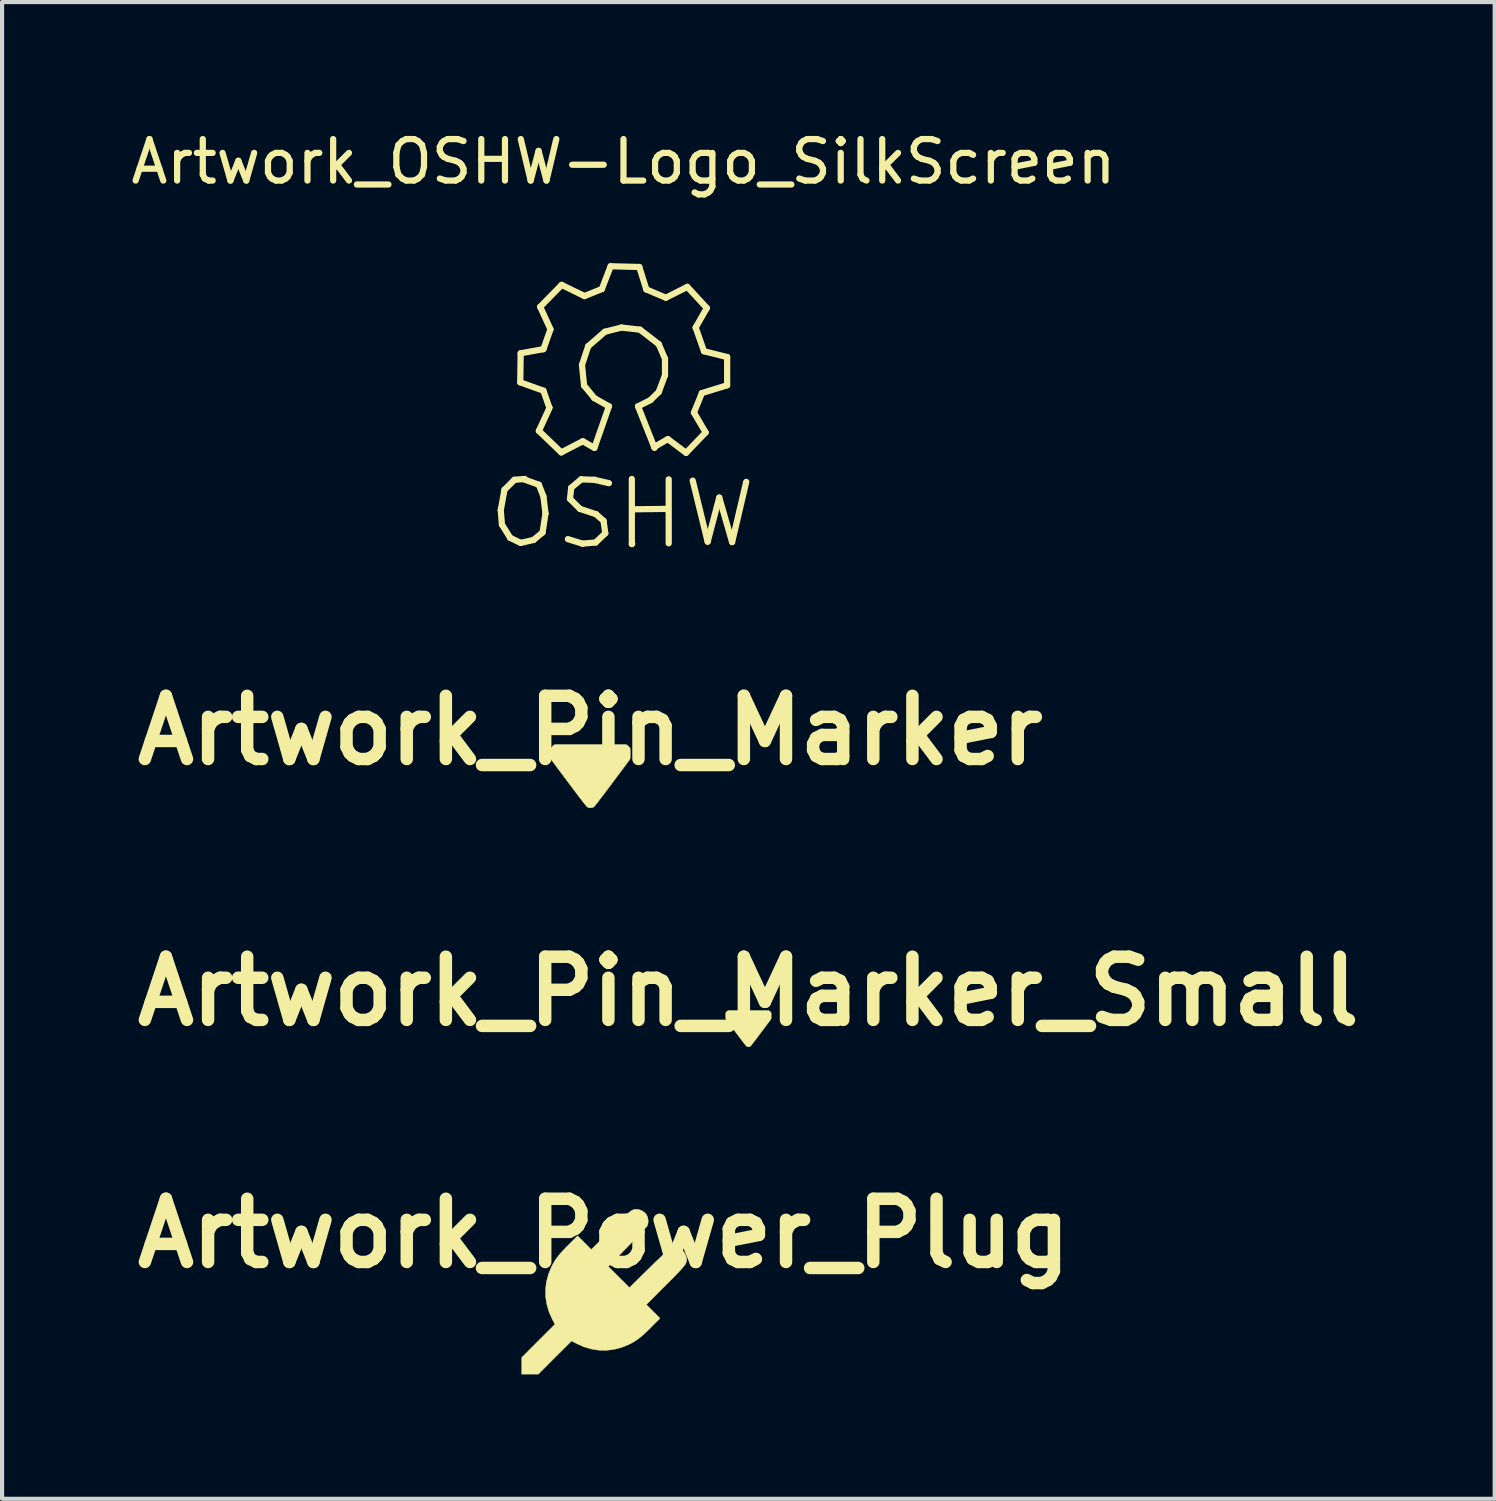
<source format=kicad_pcb>
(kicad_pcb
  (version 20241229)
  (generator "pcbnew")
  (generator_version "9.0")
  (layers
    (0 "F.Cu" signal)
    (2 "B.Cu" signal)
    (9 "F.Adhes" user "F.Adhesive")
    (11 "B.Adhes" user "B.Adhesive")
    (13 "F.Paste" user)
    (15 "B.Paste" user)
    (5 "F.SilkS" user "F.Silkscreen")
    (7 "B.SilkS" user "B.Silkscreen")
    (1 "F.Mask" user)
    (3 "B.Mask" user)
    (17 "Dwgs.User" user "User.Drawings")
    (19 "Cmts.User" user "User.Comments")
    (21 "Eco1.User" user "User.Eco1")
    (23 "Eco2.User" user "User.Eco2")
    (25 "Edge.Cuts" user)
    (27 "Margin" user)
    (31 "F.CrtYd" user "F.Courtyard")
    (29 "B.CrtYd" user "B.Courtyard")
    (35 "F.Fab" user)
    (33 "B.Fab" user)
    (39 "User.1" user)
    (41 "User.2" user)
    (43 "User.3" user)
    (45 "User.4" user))
  (footprint "Artwork_Pin_Marker_Small"
    (layer "F.Cu")
    (at 14.993 21.75)
    (property "Reference" "Artwork_Pin_Marker_Small" (at 0 -0.9 0) (layer "F.SilkS") (effects (font (size 1.524 1.524) (thickness 0.3))))
    (attr through_hole)
    (fp_poly (pts (xy 0.51 -0.423) (xy 0.527 -0.409) (xy 0.539 -0.394) (xy 0.55 -0.376) (xy 0.55 -0.309) (xy 0.55 -0.284) (xy 0.549 -0.266) (xy 0.549 -0.253) (xy 0.548 -0.243) (xy 0.546 -0.236) (xy 0.544 -0.231) (xy 0.543 -0.229) (xy 0.54 -0.224) (xy 0.533 -0.215) (xy 0.522 -0.2) (xy 0.508 -0.18) (xy 0.49 -0.156) (xy 0.469 -0.129) (xy 0.446 -0.097) (xy 0.421 -0.063) (xy 0.393 -0.026) (xy 0.364 0.013) (xy 0.333 0.054) (xy 0.301 0.096) (xy 0.298 0.101) (xy 0.259 0.152) (xy 0.225 0.198) (xy 0.195 0.238) (xy 0.168 0.273) (xy 0.145 0.304) (xy 0.124 0.331) (xy 0.107 0.353) (xy 0.092 0.372) (xy 0.08 0.388) (xy 0.07 0.4) (xy 0.062 0.41) (xy 0.055 0.417) (xy 0.05 0.423) (xy 0.046 0.426) (xy 0.044 0.428) (xy 0.029 0.434) (xy 0.011 0.437) (xy -0.007 0.438) (xy -0.022 0.436) (xy -0.022 0.436) (xy -0.027 0.434) (xy -0.031 0.432) (xy -0.035 0.43) (xy -0.04 0.426) (xy -0.046 0.421) (xy -0.053 0.415) (xy -0.06 0.406) (xy -0.07 0.395) (xy -0.081 0.382) (xy -0.094 0.365) (xy -0.11 0.345) (xy -0.128 0.322) (xy -0.149 0.294) (xy -0.173 0.263) (xy -0.2 0.227) (xy -0.231 0.185) (xy -0.266 0.139) (xy -0.294 0.101) (xy -0.326 0.058) (xy -0.357 0.017) (xy -0.386 -0.022) (xy -0.414 -0.059) (xy -0.44 -0.094) (xy -0.463 -0.125) (xy -0.484 -0.153) (xy -0.502 -0.178) (xy -0.517 -0.198) (xy -0.528 -0.213) (xy -0.536 -0.224) (xy -0.539 -0.229) (xy -0.539 -0.229) (xy -0.542 -0.234) (xy -0.544 -0.241) (xy -0.545 -0.249) (xy -0.546 -0.261) (xy -0.546 -0.278) (xy -0.546 -0.3) (xy -0.546 -0.309) (xy -0.546 -0.376) (xy -0.535 -0.394) (xy -0.521 -0.411) (xy -0.506 -0.423) (xy -0.489 -0.434) (xy 0.492 -0.434) (xy 0.51 -0.423)) (stroke (width 0.01) (type solid)) (fill yes) (layer "F.SilkS")))
  (footprint "Artwork_OSHW-Logo_SilkScreen"
    (layer "F.Cu")
    (at 11.982 5.848)
    (property "Reference" "Artwork_OSHW-Logo_SilkScreen" (at 0 -5 0) (layer "F.SilkS") (effects (font (size 1 1) (thickness 0.15))))
    (attr through_hole)
    (fp_line (start -2.959 3.401) (end -2.931 3.749) (stroke (width 0.15) (type solid)) (layer "F.SilkS"))
    (fp_line (start -2.931 3.749) (end -2.731 4.069) (stroke (width 0.15) (type solid)) (layer "F.SilkS"))
    (fp_line (start -2.87 2.911) (end -2.959 3.401) (stroke (width 0.15) (type solid)) (layer "F.SilkS"))
    (fp_line (start -2.731 4.069) (end -2.479 4.191) (stroke (width 0.15) (type solid)) (layer "F.SilkS"))
    (fp_line (start -2.629 2.67) (end -2.87 2.911) (stroke (width 0.15) (type solid)) (layer "F.SilkS"))
    (fp_line (start -2.489 0.32) (end -1.93 0.521) (stroke (width 0.15) (type solid)) (layer "F.SilkS"))
    (fp_line (start -2.479 -0.381) (end -2.489 0.32) (stroke (width 0.15) (type solid)) (layer "F.SilkS"))
    (fp_line (start -2.479 4.191) (end -2.169 4.12) (stroke (width 0.15) (type solid)) (layer "F.SilkS"))
    (fp_line (start -2.38 2.649) (end -2.629 2.67) (stroke (width 0.15) (type solid)) (layer "F.SilkS"))
    (fp_line (start -2.169 4.12) (end -1.951 3.94) (stroke (width 0.15) (type solid)) (layer "F.SilkS"))
    (fp_line (start -2.04 1.491) (end -1.501 2.009) (stroke (width 0.15) (type solid)) (layer "F.SilkS"))
    (fp_line (start -2.04 2.789) (end -2.4 2.659) (stroke (width 0.15) (type solid)) (layer "F.SilkS"))
    (fp_line (start -2.009 -1.501) (end -1.76 -0.96) (stroke (width 0.15) (type solid)) (layer "F.SilkS"))
    (fp_line (start -1.951 3.94) (end -1.88 3.48) (stroke (width 0.15) (type solid)) (layer "F.SilkS"))
    (fp_line (start -1.93 -0.48) (end -2.479 -0.381) (stroke (width 0.15) (type solid)) (layer "F.SilkS"))
    (fp_line (start -1.93 0.521) (end -1.791 0.919) (stroke (width 0.15) (type solid)) (layer "F.SilkS"))
    (fp_line (start -1.93 3.071) (end -2.04 2.789) (stroke (width 0.15) (type solid)) (layer "F.SilkS"))
    (fp_line (start -1.88 3.48) (end -1.93 3.071) (stroke (width 0.15) (type solid)) (layer "F.SilkS"))
    (fp_line (start -1.781 0.93) (end -2.04 1.491) (stroke (width 0.15) (type solid)) (layer "F.SilkS"))
    (fp_line (start -1.76 -0.96) (end -1.93 -0.48) (stroke (width 0.15) (type solid)) (layer "F.SilkS"))
    (fp_line (start -1.501 2.009) (end -0.98 1.74) (stroke (width 0.15) (type solid)) (layer "F.SilkS"))
    (fp_line (start -1.491 -2.029) (end -2.009 -1.501) (stroke (width 0.15) (type solid)) (layer "F.SilkS"))
    (fp_line (start -1.29 3.129) (end -1.049 3.371) (stroke (width 0.15) (type solid)) (layer "F.SilkS"))
    (fp_line (start -1.26 2.86) (end -1.29 3.129) (stroke (width 0.15) (type solid)) (layer "F.SilkS"))
    (fp_line (start -1.049 3.371) (end -0.66 3.5) (stroke (width 0.15) (type solid)) (layer "F.SilkS"))
    (fp_line (start -1.021 2.659) (end -1.26 2.86) (stroke (width 0.15) (type solid)) (layer "F.SilkS"))
    (fp_line (start -1.001 -0.099) (end -0.95 0.399) (stroke (width 0.15) (type solid)) (layer "F.SilkS"))
    (fp_line (start -0.991 4.209) (end -1.341 4.1) (stroke (width 0.15) (type solid)) (layer "F.SilkS"))
    (fp_line (start -0.98 1.74) (end -0.701 1.9) (stroke (width 0.15) (type solid)) (layer "F.SilkS"))
    (fp_line (start -0.95 0.399) (end -0.701 0.701) (stroke (width 0.15) (type solid)) (layer "F.SilkS"))
    (fp_line (start -0.94 -1.76) (end -1.491 -2.029) (stroke (width 0.15) (type solid)) (layer "F.SilkS"))
    (fp_line (start -0.851 -0.551) (end -1.001 -0.099) (stroke (width 0.15) (type solid)) (layer "F.SilkS"))
    (fp_line (start -0.701 0.701) (end -0.351 0.899) (stroke (width 0.15) (type solid)) (layer "F.SilkS"))
    (fp_line (start -0.701 2.67) (end -1.021 2.659) (stroke (width 0.15) (type solid)) (layer "F.SilkS"))
    (fp_line (start -0.671 4.181) (end -0.991 4.209) (stroke (width 0.15) (type solid)) (layer "F.SilkS"))
    (fp_line (start -0.66 3.5) (end -0.48 3.66) (stroke (width 0.15) (type solid)) (layer "F.SilkS"))
    (fp_line (start -0.521 -1.93) (end -0.94 -1.76) (stroke (width 0.15) (type solid)) (layer "F.SilkS"))
    (fp_line (start -0.48 3.66) (end -0.439 3.96) (stroke (width 0.15) (type solid)) (layer "F.SilkS"))
    (fp_line (start -0.45 -0.899) (end -0.851 -0.551) (stroke (width 0.15) (type solid)) (layer "F.SilkS"))
    (fp_line (start -0.439 3.96) (end -0.671 4.181) (stroke (width 0.15) (type solid)) (layer "F.SilkS"))
    (fp_line (start -0.351 0.899) (end -0.701 1.9) (stroke (width 0.15) (type solid)) (layer "F.SilkS"))
    (fp_line (start -0.351 2.751) (end -0.701 2.67) (stroke (width 0.15) (type solid)) (layer "F.SilkS"))
    (fp_line (start -0.31 -2.479) (end -0.521 -1.93) (stroke (width 0.15) (type solid)) (layer "F.SilkS"))
    (fp_line (start -0.051 -1.001) (end -0.45 -0.899) (stroke (width 0.15) (type solid)) (layer "F.SilkS"))
    (fp_line (start 0.201 2.649) (end 0.201 4.219) (stroke (width 0.15) (type solid)) (layer "F.SilkS"))
    (fp_line (start 0.201 4.219) (end 0.211 4.209) (stroke (width 0.15) (type solid)) (layer "F.SilkS"))
    (fp_line (start 0.249 3.381) (end 1.039 3.371) (stroke (width 0.15) (type solid)) (layer "F.SilkS"))
    (fp_line (start 0.351 0.899) (end 0.65 0.749) (stroke (width 0.15) (type solid)) (layer "F.SilkS"))
    (fp_line (start 0.351 0.899) (end 0.749 1.9) (stroke (width 0.15) (type solid)) (layer "F.SilkS"))
    (fp_line (start 0.381 -2.461) (end -0.31 -2.479) (stroke (width 0.15) (type solid)) (layer "F.SilkS"))
    (fp_line (start 0.399 -0.95) (end -0.051 -1.001) (stroke (width 0.15) (type solid)) (layer "F.SilkS"))
    (fp_line (start 0.551 -1.92) (end 0.381 -2.461) (stroke (width 0.15) (type solid)) (layer "F.SilkS"))
    (fp_line (start 0.65 0.749) (end 0.851 0.551) (stroke (width 0.15) (type solid)) (layer "F.SilkS"))
    (fp_line (start 0.739 1.88) (end 1.069 1.689) (stroke (width 0.15) (type solid)) (layer "F.SilkS"))
    (fp_line (start 0.851 -0.599) (end 0.399 -0.95) (stroke (width 0.15) (type solid)) (layer "F.SilkS"))
    (fp_line (start 0.851 0.551) (end 1.001 0.15) (stroke (width 0.15) (type solid)) (layer "F.SilkS"))
    (fp_line (start 1.001 -0.249) (end 0.851 -0.599) (stroke (width 0.15) (type solid)) (layer "F.SilkS"))
    (fp_line (start 1.001 0.15) (end 1.001 -0.249) (stroke (width 0.15) (type solid)) (layer "F.SilkS"))
    (fp_line (start 1.021 -1.72) (end 0.551 -1.92) (stroke (width 0.15) (type solid)) (layer "F.SilkS"))
    (fp_line (start 1.039 3.371) (end 1.049 3.381) (stroke (width 0.15) (type solid)) (layer "F.SilkS"))
    (fp_line (start 1.049 3.381) (end 1.049 3.371) (stroke (width 0.15) (type solid)) (layer "F.SilkS"))
    (fp_line (start 1.069 1.689) (end 1.509 2.019) (stroke (width 0.15) (type solid)) (layer "F.SilkS"))
    (fp_line (start 1.09 2.659) (end 1.09 4.201) (stroke (width 0.15) (type solid)) (layer "F.SilkS"))
    (fp_line (start 1.509 2.019) (end 1.981 1.529) (stroke (width 0.15) (type solid)) (layer "F.SilkS"))
    (fp_line (start 1.539 -1.981) (end 1.021 -1.72) (stroke (width 0.15) (type solid)) (layer "F.SilkS"))
    (fp_line (start 1.669 2.69) (end 2.029 4.161) (stroke (width 0.15) (type solid)) (layer "F.SilkS"))
    (fp_line (start 1.699 1.049) (end 1.89 0.579) (stroke (width 0.15) (type solid)) (layer "F.SilkS"))
    (fp_line (start 1.74 -1.001) (end 2.009 -1.471) (stroke (width 0.15) (type solid)) (layer "F.SilkS"))
    (fp_line (start 1.89 0.579) (end 2.499 0.391) (stroke (width 0.15) (type solid)) (layer "F.SilkS"))
    (fp_line (start 1.941 -0.429) (end 1.74 -1.001) (stroke (width 0.15) (type solid)) (layer "F.SilkS"))
    (fp_line (start 1.981 1.529) (end 1.699 1.049) (stroke (width 0.15) (type solid)) (layer "F.SilkS"))
    (fp_line (start 2.009 -1.471) (end 1.539 -1.981) (stroke (width 0.15) (type solid)) (layer "F.SilkS"))
    (fp_line (start 2.029 4.161) (end 2.309 3.099) (stroke (width 0.15) (type solid)) (layer "F.SilkS"))
    (fp_line (start 2.309 3.099) (end 2.619 4.171) (stroke (width 0.15) (type solid)) (layer "F.SilkS"))
    (fp_line (start 2.499 -0.29) (end 1.941 -0.429) (stroke (width 0.15) (type solid)) (layer "F.SilkS"))
    (fp_line (start 2.499 0.391) (end 2.499 -0.29) (stroke (width 0.15) (type solid)) (layer "F.SilkS"))
    (fp_line (start 2.619 4.171) (end 2.959 2.72) (stroke (width 0.15) (type solid)) (layer "F.SilkS")))
  (footprint "Artwork_Pin_Marker"
    (layer "F.Cu")
    (at 11.183 15.66)
    (property "Reference" "Artwork_Pin_Marker" (at 0 -1.1 0) (layer "F.SilkS") (effects (font (size 1.524 1.524) (thickness 0.3))))
    (attr through_hole)
    (fp_poly (pts (xy 0.893 -0.74) (xy 0.923 -0.715) (xy 0.943 -0.689) (xy 0.962 -0.658) (xy 0.962 -0.54) (xy 0.962 -0.498) (xy 0.961 -0.466) (xy 0.96 -0.442) (xy 0.958 -0.425) (xy 0.956 -0.413) (xy 0.952 -0.404) (xy 0.95 -0.401) (xy 0.945 -0.393) (xy 0.932 -0.375) (xy 0.913 -0.349) (xy 0.888 -0.315) (xy 0.857 -0.273) (xy 0.821 -0.225) (xy 0.781 -0.17) (xy 0.736 -0.111) (xy 0.688 -0.046) (xy 0.637 0.022) (xy 0.583 0.094) (xy 0.527 0.169) (xy 0.521 0.177) (xy 0.454 0.266) (xy 0.394 0.346) (xy 0.341 0.417) (xy 0.294 0.479) (xy 0.253 0.532) (xy 0.218 0.579) (xy 0.187 0.618) (xy 0.162 0.651) (xy 0.14 0.679) (xy 0.122 0.7) (xy 0.108 0.718) (xy 0.097 0.73) (xy 0.088 0.739) (xy 0.081 0.745) (xy 0.077 0.748) (xy 0.05 0.759) (xy 0.019 0.765) (xy -0.013 0.767) (xy -0.039 0.763) (xy -0.039 0.763) (xy -0.047 0.76) (xy -0.054 0.757) (xy -0.062 0.752) (xy -0.071 0.746) (xy -0.08 0.737) (xy -0.092 0.726) (xy -0.106 0.711) (xy -0.122 0.691) (xy -0.142 0.668) (xy -0.165 0.639) (xy -0.192 0.604) (xy -0.223 0.563) (xy -0.26 0.515) (xy -0.302 0.46) (xy -0.35 0.396) (xy -0.404 0.324) (xy -0.465 0.243) (xy -0.515 0.177) (xy -0.571 0.102) (xy -0.625 0.03) (xy -0.676 -0.039) (xy -0.725 -0.104) (xy -0.77 -0.164) (xy -0.811 -0.219) (xy -0.847 -0.268) (xy -0.879 -0.311) (xy -0.905 -0.346) (xy -0.924 -0.373) (xy -0.938 -0.391) (xy -0.944 -0.4) (xy -0.944 -0.401) (xy -0.948 -0.41) (xy -0.951 -0.421) (xy -0.953 -0.436) (xy -0.955 -0.457) (xy -0.955 -0.486) (xy -0.956 -0.525) (xy -0.956 -0.54) (xy -0.956 -0.658) (xy -0.936 -0.689) (xy -0.912 -0.719) (xy -0.886 -0.74) (xy -0.855 -0.759) (xy 0.861 -0.759) (xy 0.893 -0.74)) (stroke (width 0.01) (type solid)) (fill yes) (layer "F.SilkS")))
  (footprint "Artwork_Power_Plug"
    (layer "F.Cu")
    (at 11.51 28.086)
    (property "Reference" "Artwork_Power_Plug" (at 0 -1.4 0) (layer "F.SilkS") (effects (font (size 1.524 1.524) (thickness 0.3))))
    (attr through_hole)
    (fp_poly (pts (xy 0.857 -1.97) (xy 0.927 -1.94) (xy 0.987 -1.896) (xy 1.022 -1.857) (xy 1.051 -1.797) (xy 1.066 -1.727) (xy 1.066 -1.656) (xy 1.05 -1.594) (xy 1.045 -1.583) (xy 1.032 -1.565) (xy 1.002 -1.531) (xy 0.959 -1.482) (xy 0.902 -1.422) (xy 0.835 -1.35) (xy 0.759 -1.271) (xy 0.676 -1.185) (xy 0.587 -1.094) (xy 0.563 -1.068) (xy 0.104 -0.601) (xy 0.36 -0.346) (xy 0.616 -0.091) (xy 1.079 -0.548) (xy 1.171 -0.638) (xy 1.259 -0.724) (xy 1.341 -0.802) (xy 1.414 -0.872) (xy 1.478 -0.931) (xy 1.53 -0.978) (xy 1.568 -1.012) (xy 1.59 -1.029) (xy 1.593 -1.031) (xy 1.655 -1.051) (xy 1.728 -1.054) (xy 1.8 -1.041) (xy 1.863 -1.014) (xy 1.87 -1.009) (xy 1.921 -0.96) (xy 1.962 -0.896) (xy 1.988 -0.826) (xy 1.994 -0.776) (xy 1.993 -0.749) (xy 1.99 -0.724) (xy 1.983 -0.7) (xy 1.972 -0.673) (xy 1.954 -0.643) (xy 1.928 -0.608) (xy 1.893 -0.566) (xy 1.848 -0.516) (xy 1.791 -0.455) (xy 1.72 -0.383) (xy 1.635 -0.296) (xy 1.534 -0.195) (xy 1.482 -0.143) (xy 1.023 0.318) (xy 1.187 0.483) (xy 1.352 0.648) (xy 1.149 0.852) (xy 1.05 0.95) (xy 0.964 1.031) (xy 0.886 1.098) (xy 0.814 1.154) (xy 0.744 1.201) (xy 0.672 1.243) (xy 0.603 1.278) (xy 0.425 1.35) (xy 0.244 1.397) (xy 0.062 1.42) (xy -0.12 1.417) (xy -0.301 1.389) (xy -0.48 1.336) (xy -0.656 1.258) (xy -0.66 1.256) (xy -0.78 1.193) (xy -1.181 1.593) (xy -1.581 1.994) (xy -1.981 1.994) (xy -1.981 1.594) (xy -1.581 1.193) (xy -1.18 0.793) (xy -1.243 0.673) (xy -1.322 0.497) (xy -1.375 0.318) (xy -1.404 0.137) (xy -1.407 -0.045) (xy -1.386 -0.227) (xy -1.339 -0.408) (xy -1.267 -0.586) (xy -1.265 -0.591) (xy -1.226 -0.667) (xy -1.184 -0.738) (xy -1.136 -0.808) (xy -1.079 -0.881) (xy -1.011 -0.959) (xy -0.928 -1.047) (xy -0.839 -1.136) (xy -0.635 -1.34) (xy -0.47 -1.175) (xy -0.305 -1.01) (xy 0.156 -1.47) (xy 0.265 -1.578) (xy 0.358 -1.671) (xy 0.437 -1.748) (xy 0.502 -1.811) (xy 0.557 -1.861) (xy 0.603 -1.901) (xy 0.641 -1.93) (xy 0.673 -1.952) (xy 0.701 -1.966) (xy 0.726 -1.975) (xy 0.751 -1.979) (xy 0.776 -1.981) (xy 0.788 -1.981) (xy 0.857 -1.97)) (stroke (width 0.01) (type solid)) (fill yes) (layer "F.SilkS")))
  (gr_rect
    (start -3 -3)
    (end 32.987 33.085)
    (stroke (width 0.1) (type default))
    (fill no)
    (layer "Edge.Cuts")))
</source>
